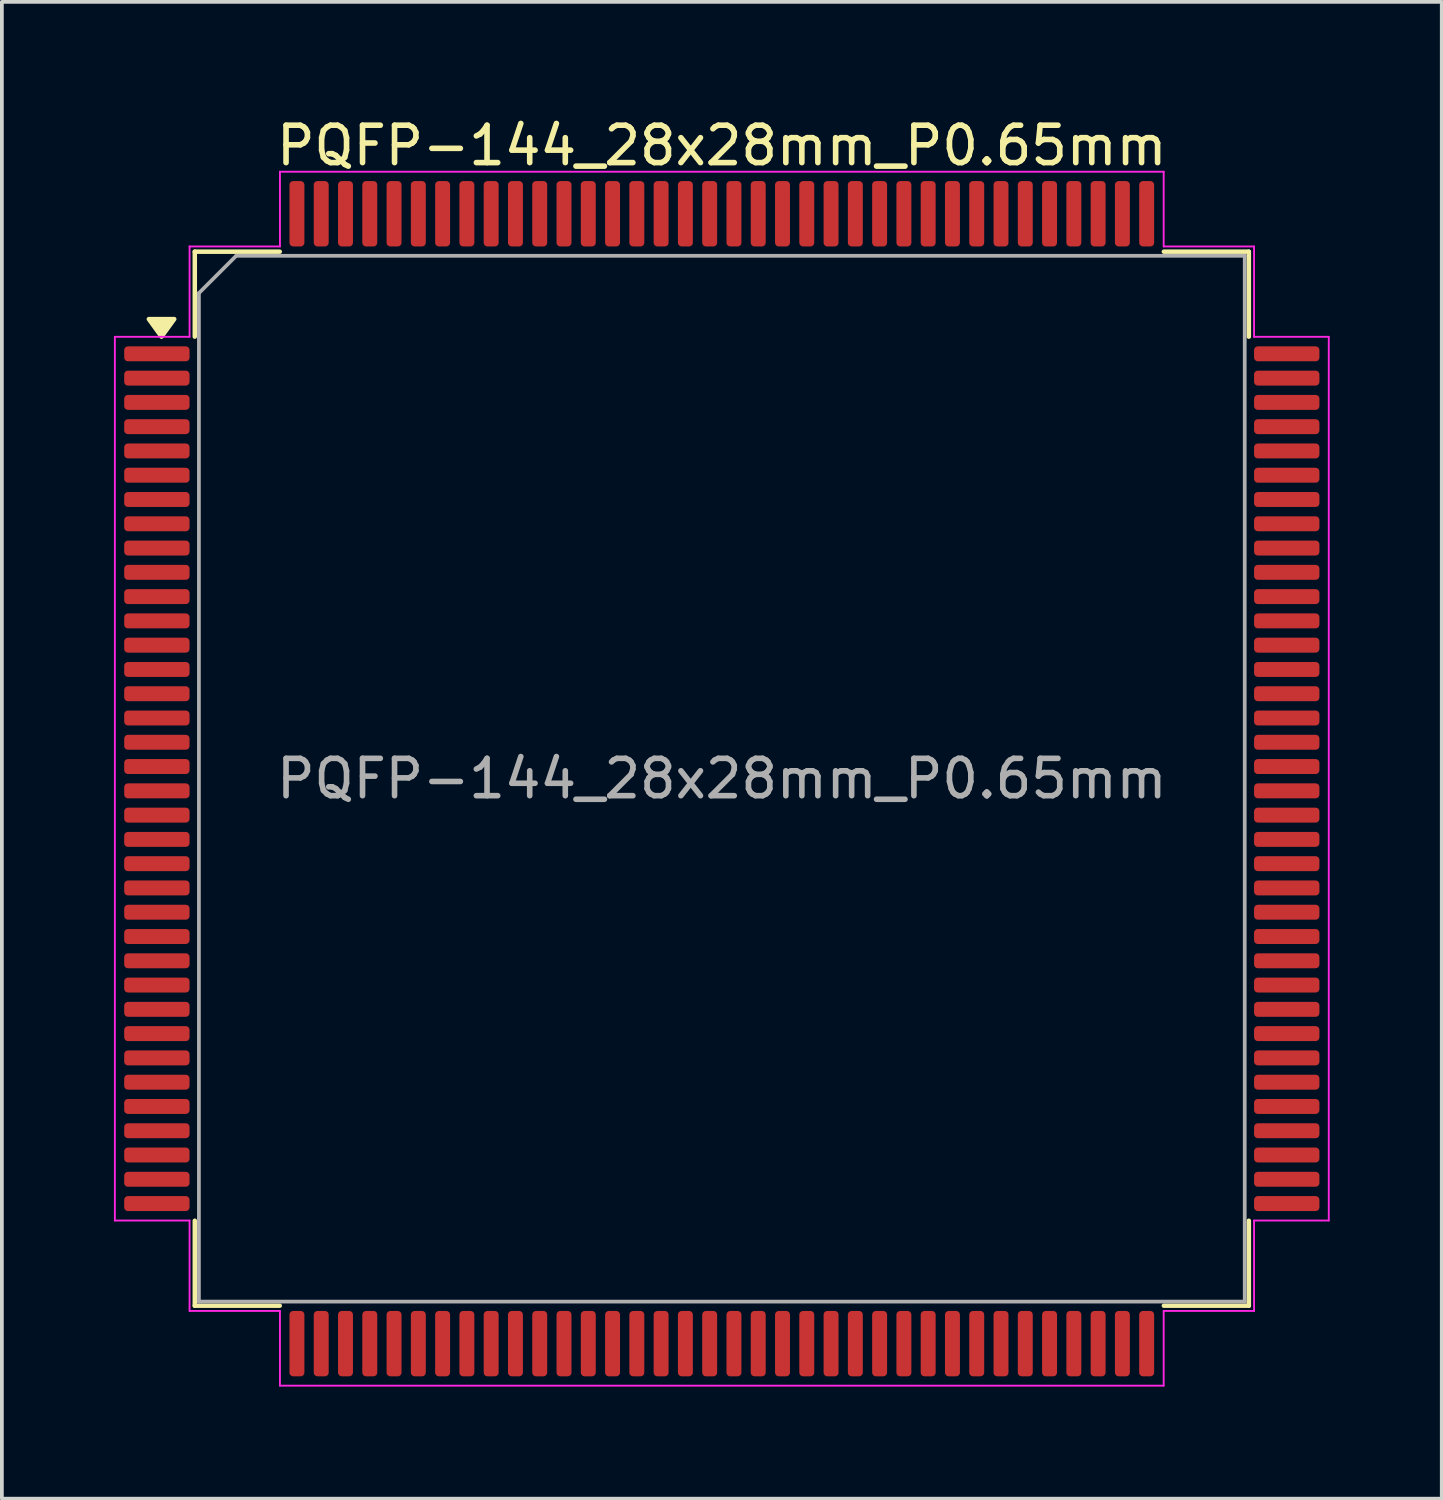
<source format=kicad_pcb>
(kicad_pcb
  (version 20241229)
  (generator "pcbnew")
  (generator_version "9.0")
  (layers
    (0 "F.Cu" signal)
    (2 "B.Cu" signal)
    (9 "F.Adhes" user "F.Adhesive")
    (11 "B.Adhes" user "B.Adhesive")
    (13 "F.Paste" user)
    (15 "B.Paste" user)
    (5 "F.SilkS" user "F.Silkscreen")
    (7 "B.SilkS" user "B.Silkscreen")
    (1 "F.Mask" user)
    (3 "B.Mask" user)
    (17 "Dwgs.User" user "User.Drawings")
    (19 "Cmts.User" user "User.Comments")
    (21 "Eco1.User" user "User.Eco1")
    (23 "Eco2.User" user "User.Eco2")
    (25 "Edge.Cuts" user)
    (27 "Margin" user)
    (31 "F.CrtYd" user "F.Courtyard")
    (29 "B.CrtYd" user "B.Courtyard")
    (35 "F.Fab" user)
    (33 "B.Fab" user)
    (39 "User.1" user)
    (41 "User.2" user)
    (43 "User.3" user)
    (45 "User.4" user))
  (footprint "PQFP-144_28x28mm_P0.65mm"
    (layer "F.Cu")
    (at 16.275 17.798)
    (property "Reference" "PQFP-144_28x28mm_P0.65mm" (at 0 -16.95 0) (layer "F.SilkS") (effects (font (size 1 1) (thickness 0.15))))
    (attr smd)
    (fp_line (start -14.11 -14.11) (end -14.11 -11.835) (stroke (width 0.12) (type solid)) (layer "F.SilkS"))
    (fp_line (start -14.11 14.11) (end -14.11 11.835) (stroke (width 0.12) (type solid)) (layer "F.SilkS"))
    (fp_line (start -11.835 -14.11) (end -14.11 -14.11) (stroke (width 0.12) (type solid)) (layer "F.SilkS"))
    (fp_line (start -11.835 14.11) (end -14.11 14.11) (stroke (width 0.12) (type solid)) (layer "F.SilkS"))
    (fp_line (start 11.835 -14.11) (end 14.11 -14.11) (stroke (width 0.12) (type solid)) (layer "F.SilkS"))
    (fp_line (start 11.835 14.11) (end 14.11 14.11) (stroke (width 0.12) (type solid)) (layer "F.SilkS"))
    (fp_line (start 14.11 -14.11) (end 14.11 -11.835) (stroke (width 0.12) (type solid)) (layer "F.SilkS"))
    (fp_line (start 14.11 14.11) (end 14.11 11.835) (stroke (width 0.12) (type solid)) (layer "F.SilkS"))
    (fp_poly (pts (xy -15 -11.835) (xy -15.34 -12.305) (xy -14.66 -12.305)) (stroke (width 0.12) (type solid)) (fill yes) (layer "F.SilkS"))
    (fp_line (start -16.25 -11.83) (end -14.25 -11.83) (stroke (width 0.05) (type solid)) (layer "F.CrtYd"))
    (fp_line (start -16.25 11.83) (end -16.25 -11.83) (stroke (width 0.05) (type solid)) (layer "F.CrtYd"))
    (fp_line (start -14.25 -14.25) (end -11.83 -14.25) (stroke (width 0.05) (type solid)) (layer "F.CrtYd"))
    (fp_line (start -14.25 -11.83) (end -14.25 -14.25) (stroke (width 0.05) (type solid)) (layer "F.CrtYd"))
    (fp_line (start -14.25 11.83) (end -16.25 11.83) (stroke (width 0.05) (type solid)) (layer "F.CrtYd"))
    (fp_line (start -14.25 14.25) (end -14.25 11.83) (stroke (width 0.05) (type solid)) (layer "F.CrtYd"))
    (fp_line (start -11.83 -16.25) (end 11.83 -16.25) (stroke (width 0.05) (type solid)) (layer "F.CrtYd"))
    (fp_line (start -11.83 -14.25) (end -11.83 -16.25) (stroke (width 0.05) (type solid)) (layer "F.CrtYd"))
    (fp_line (start -11.83 14.25) (end -14.25 14.25) (stroke (width 0.05) (type solid)) (layer "F.CrtYd"))
    (fp_line (start -11.83 16.25) (end -11.83 14.25) (stroke (width 0.05) (type solid)) (layer "F.CrtYd"))
    (fp_line (start 11.83 -16.25) (end 11.83 -14.25) (stroke (width 0.05) (type solid)) (layer "F.CrtYd"))
    (fp_line (start 11.83 -14.25) (end 14.25 -14.25) (stroke (width 0.05) (type solid)) (layer "F.CrtYd"))
    (fp_line (start 11.83 14.25) (end 11.83 16.25) (stroke (width 0.05) (type solid)) (layer "F.CrtYd"))
    (fp_line (start 11.83 16.25) (end -11.83 16.25) (stroke (width 0.05) (type solid)) (layer "F.CrtYd"))
    (fp_line (start 14.25 -14.25) (end 14.25 -11.83) (stroke (width 0.05) (type solid)) (layer "F.CrtYd"))
    (fp_line (start 14.25 -11.83) (end 16.25 -11.83) (stroke (width 0.05) (type solid)) (layer "F.CrtYd"))
    (fp_line (start 14.25 11.83) (end 14.25 14.25) (stroke (width 0.05) (type solid)) (layer "F.CrtYd"))
    (fp_line (start 14.25 14.25) (end 11.83 14.25) (stroke (width 0.05) (type solid)) (layer "F.CrtYd"))
    (fp_line (start 16.25 -11.83) (end 16.25 11.83) (stroke (width 0.05) (type solid)) (layer "F.CrtYd"))
    (fp_line (start 16.25 11.83) (end 14.25 11.83) (stroke (width 0.05) (type solid)) (layer "F.CrtYd"))
    (fp_line (start -14 -13) (end -13 -14) (stroke (width 0.1) (type solid)) (layer "F.Fab"))
    (fp_line (start -14 14) (end -14 -13) (stroke (width 0.1) (type solid)) (layer "F.Fab"))
    (fp_line (start -13 -14) (end 14 -14) (stroke (width 0.1) (type solid)) (layer "F.Fab"))
    (fp_line (start 14 -14) (end 14 14) (stroke (width 0.1) (type solid)) (layer "F.Fab"))
    (fp_line (start 14 14) (end -14 14) (stroke (width 0.1) (type solid)) (layer "F.Fab"))
    (fp_text user "${REFERENCE}" (at 0 0 0) (layer "F.Fab") (effects (font (size 1 1) (thickness 0.15))))
    (pad "1" smd roundrect (at -15.125 -11.375) (size 1.75 0.4) (layers "F.Cu" "F.Mask" "F.Paste") (roundrect_rratio 0.25))
    (pad "2" smd roundrect (at -15.125 -10.725) (size 1.75 0.4) (layers "F.Cu" "F.Mask" "F.Paste") (roundrect_rratio 0.25))
    (pad "3" smd roundrect (at -15.125 -10.075) (size 1.75 0.4) (layers "F.Cu" "F.Mask" "F.Paste") (roundrect_rratio 0.25))
    (pad "4" smd roundrect (at -15.125 -9.425) (size 1.75 0.4) (layers "F.Cu" "F.Mask" "F.Paste") (roundrect_rratio 0.25))
    (pad "5" smd roundrect (at -15.125 -8.775) (size 1.75 0.4) (layers "F.Cu" "F.Mask" "F.Paste") (roundrect_rratio 0.25))
    (pad "6" smd roundrect (at -15.125 -8.125) (size 1.75 0.4) (layers "F.Cu" "F.Mask" "F.Paste") (roundrect_rratio 0.25))
    (pad "7" smd roundrect (at -15.125 -7.475) (size 1.75 0.4) (layers "F.Cu" "F.Mask" "F.Paste") (roundrect_rratio 0.25))
    (pad "8" smd roundrect (at -15.125 -6.825) (size 1.75 0.4) (layers "F.Cu" "F.Mask" "F.Paste") (roundrect_rratio 0.25))
    (pad "9" smd roundrect (at -15.125 -6.175) (size 1.75 0.4) (layers "F.Cu" "F.Mask" "F.Paste") (roundrect_rratio 0.25))
    (pad "10" smd roundrect (at -15.125 -5.525) (size 1.75 0.4) (layers "F.Cu" "F.Mask" "F.Paste") (roundrect_rratio 0.25))
    (pad "11" smd roundrect (at -15.125 -4.875) (size 1.75 0.4) (layers "F.Cu" "F.Mask" "F.Paste") (roundrect_rratio 0.25))
    (pad "12" smd roundrect (at -15.125 -4.225) (size 1.75 0.4) (layers "F.Cu" "F.Mask" "F.Paste") (roundrect_rratio 0.25))
    (pad "13" smd roundrect (at -15.125 -3.575) (size 1.75 0.4) (layers "F.Cu" "F.Mask" "F.Paste") (roundrect_rratio 0.25))
    (pad "14" smd roundrect (at -15.125 -2.925) (size 1.75 0.4) (layers "F.Cu" "F.Mask" "F.Paste") (roundrect_rratio 0.25))
    (pad "15" smd roundrect (at -15.125 -2.275) (size 1.75 0.4) (layers "F.Cu" "F.Mask" "F.Paste") (roundrect_rratio 0.25))
    (pad "16" smd roundrect (at -15.125 -1.625) (size 1.75 0.4) (layers "F.Cu" "F.Mask" "F.Paste") (roundrect_rratio 0.25))
    (pad "17" smd roundrect (at -15.125 -0.975) (size 1.75 0.4) (layers "F.Cu" "F.Mask" "F.Paste") (roundrect_rratio 0.25))
    (pad "18" smd roundrect (at -15.125 -0.325) (size 1.75 0.4) (layers "F.Cu" "F.Mask" "F.Paste") (roundrect_rratio 0.25))
    (pad "19" smd roundrect (at -15.125 0.325) (size 1.75 0.4) (layers "F.Cu" "F.Mask" "F.Paste") (roundrect_rratio 0.25))
    (pad "20" smd roundrect (at -15.125 0.975) (size 1.75 0.4) (layers "F.Cu" "F.Mask" "F.Paste") (roundrect_rratio 0.25))
    (pad "21" smd roundrect (at -15.125 1.625) (size 1.75 0.4) (layers "F.Cu" "F.Mask" "F.Paste") (roundrect_rratio 0.25))
    (pad "22" smd roundrect (at -15.125 2.275) (size 1.75 0.4) (layers "F.Cu" "F.Mask" "F.Paste") (roundrect_rratio 0.25))
    (pad "23" smd roundrect (at -15.125 2.925) (size 1.75 0.4) (layers "F.Cu" "F.Mask" "F.Paste") (roundrect_rratio 0.25))
    (pad "24" smd roundrect (at -15.125 3.575) (size 1.75 0.4) (layers "F.Cu" "F.Mask" "F.Paste") (roundrect_rratio 0.25))
    (pad "25" smd roundrect (at -15.125 4.225) (size 1.75 0.4) (layers "F.Cu" "F.Mask" "F.Paste") (roundrect_rratio 0.25))
    (pad "26" smd roundrect (at -15.125 4.875) (size 1.75 0.4) (layers "F.Cu" "F.Mask" "F.Paste") (roundrect_rratio 0.25))
    (pad "27" smd roundrect (at -15.125 5.525) (size 1.75 0.4) (layers "F.Cu" "F.Mask" "F.Paste") (roundrect_rratio 0.25))
    (pad "28" smd roundrect (at -15.125 6.175) (size 1.75 0.4) (layers "F.Cu" "F.Mask" "F.Paste") (roundrect_rratio 0.25))
    (pad "29" smd roundrect (at -15.125 6.825) (size 1.75 0.4) (layers "F.Cu" "F.Mask" "F.Paste") (roundrect_rratio 0.25))
    (pad "30" smd roundrect (at -15.125 7.475) (size 1.75 0.4) (layers "F.Cu" "F.Mask" "F.Paste") (roundrect_rratio 0.25))
    (pad "31" smd roundrect (at -15.125 8.125) (size 1.75 0.4) (layers "F.Cu" "F.Mask" "F.Paste") (roundrect_rratio 0.25))
    (pad "32" smd roundrect (at -15.125 8.775) (size 1.75 0.4) (layers "F.Cu" "F.Mask" "F.Paste") (roundrect_rratio 0.25))
    (pad "33" smd roundrect (at -15.125 9.425) (size 1.75 0.4) (layers "F.Cu" "F.Mask" "F.Paste") (roundrect_rratio 0.25))
    (pad "34" smd roundrect (at -15.125 10.075) (size 1.75 0.4) (layers "F.Cu" "F.Mask" "F.Paste") (roundrect_rratio 0.25))
    (pad "35" smd roundrect (at -15.125 10.725) (size 1.75 0.4) (layers "F.Cu" "F.Mask" "F.Paste") (roundrect_rratio 0.25))
    (pad "36" smd roundrect (at -15.125 11.375) (size 1.75 0.4) (layers "F.Cu" "F.Mask" "F.Paste") (roundrect_rratio 0.25))
    (pad "37" smd roundrect (at -11.375 15.125) (size 0.4 1.75) (layers "F.Cu" "F.Mask" "F.Paste") (roundrect_rratio 0.25))
    (pad "38" smd roundrect (at -10.725 15.125) (size 0.4 1.75) (layers "F.Cu" "F.Mask" "F.Paste") (roundrect_rratio 0.25))
    (pad "39" smd roundrect (at -10.075 15.125) (size 0.4 1.75) (layers "F.Cu" "F.Mask" "F.Paste") (roundrect_rratio 0.25))
    (pad "40" smd roundrect (at -9.425 15.125) (size 0.4 1.75) (layers "F.Cu" "F.Mask" "F.Paste") (roundrect_rratio 0.25))
    (pad "41" smd roundrect (at -8.775 15.125) (size 0.4 1.75) (layers "F.Cu" "F.Mask" "F.Paste") (roundrect_rratio 0.25))
    (pad "42" smd roundrect (at -8.125 15.125) (size 0.4 1.75) (layers "F.Cu" "F.Mask" "F.Paste") (roundrect_rratio 0.25))
    (pad "43" smd roundrect (at -7.475 15.125) (size 0.4 1.75) (layers "F.Cu" "F.Mask" "F.Paste") (roundrect_rratio 0.25))
    (pad "44" smd roundrect (at -6.825 15.125) (size 0.4 1.75) (layers "F.Cu" "F.Mask" "F.Paste") (roundrect_rratio 0.25))
    (pad "45" smd roundrect (at -6.175 15.125) (size 0.4 1.75) (layers "F.Cu" "F.Mask" "F.Paste") (roundrect_rratio 0.25))
    (pad "46" smd roundrect (at -5.525 15.125) (size 0.4 1.75) (layers "F.Cu" "F.Mask" "F.Paste") (roundrect_rratio 0.25))
    (pad "47" smd roundrect (at -4.875 15.125) (size 0.4 1.75) (layers "F.Cu" "F.Mask" "F.Paste") (roundrect_rratio 0.25))
    (pad "48" smd roundrect (at -4.225 15.125) (size 0.4 1.75) (layers "F.Cu" "F.Mask" "F.Paste") (roundrect_rratio 0.25))
    (pad "49" smd roundrect (at -3.575 15.125) (size 0.4 1.75) (layers "F.Cu" "F.Mask" "F.Paste") (roundrect_rratio 0.25))
    (pad "50" smd roundrect (at -2.925 15.125) (size 0.4 1.75) (layers "F.Cu" "F.Mask" "F.Paste") (roundrect_rratio 0.25))
    (pad "51" smd roundrect (at -2.275 15.125) (size 0.4 1.75) (layers "F.Cu" "F.Mask" "F.Paste") (roundrect_rratio 0.25))
    (pad "52" smd roundrect (at -1.625 15.125) (size 0.4 1.75) (layers "F.Cu" "F.Mask" "F.Paste") (roundrect_rratio 0.25))
    (pad "53" smd roundrect (at -0.975 15.125) (size 0.4 1.75) (layers "F.Cu" "F.Mask" "F.Paste") (roundrect_rratio 0.25))
    (pad "54" smd roundrect (at -0.325 15.125) (size 0.4 1.75) (layers "F.Cu" "F.Mask" "F.Paste") (roundrect_rratio 0.25))
    (pad "55" smd roundrect (at 0.325 15.125) (size 0.4 1.75) (layers "F.Cu" "F.Mask" "F.Paste") (roundrect_rratio 0.25))
    (pad "56" smd roundrect (at 0.975 15.125) (size 0.4 1.75) (layers "F.Cu" "F.Mask" "F.Paste") (roundrect_rratio 0.25))
    (pad "57" smd roundrect (at 1.625 15.125) (size 0.4 1.75) (layers "F.Cu" "F.Mask" "F.Paste") (roundrect_rratio 0.25))
    (pad "58" smd roundrect (at 2.275 15.125) (size 0.4 1.75) (layers "F.Cu" "F.Mask" "F.Paste") (roundrect_rratio 0.25))
    (pad "59" smd roundrect (at 2.925 15.125) (size 0.4 1.75) (layers "F.Cu" "F.Mask" "F.Paste") (roundrect_rratio 0.25))
    (pad "60" smd roundrect (at 3.575 15.125) (size 0.4 1.75) (layers "F.Cu" "F.Mask" "F.Paste") (roundrect_rratio 0.25))
    (pad "61" smd roundrect (at 4.225 15.125) (size 0.4 1.75) (layers "F.Cu" "F.Mask" "F.Paste") (roundrect_rratio 0.25))
    (pad "62" smd roundrect (at 4.875 15.125) (size 0.4 1.75) (layers "F.Cu" "F.Mask" "F.Paste") (roundrect_rratio 0.25))
    (pad "63" smd roundrect (at 5.525 15.125) (size 0.4 1.75) (layers "F.Cu" "F.Mask" "F.Paste") (roundrect_rratio 0.25))
    (pad "64" smd roundrect (at 6.175 15.125) (size 0.4 1.75) (layers "F.Cu" "F.Mask" "F.Paste") (roundrect_rratio 0.25))
    (pad "65" smd roundrect (at 6.825 15.125) (size 0.4 1.75) (layers "F.Cu" "F.Mask" "F.Paste") (roundrect_rratio 0.25))
    (pad "66" smd roundrect (at 7.475 15.125) (size 0.4 1.75) (layers "F.Cu" "F.Mask" "F.Paste") (roundrect_rratio 0.25))
    (pad "67" smd roundrect (at 8.125 15.125) (size 0.4 1.75) (layers "F.Cu" "F.Mask" "F.Paste") (roundrect_rratio 0.25))
    (pad "68" smd roundrect (at 8.775 15.125) (size 0.4 1.75) (layers "F.Cu" "F.Mask" "F.Paste") (roundrect_rratio 0.25))
    (pad "69" smd roundrect (at 9.425 15.125) (size 0.4 1.75) (layers "F.Cu" "F.Mask" "F.Paste") (roundrect_rratio 0.25))
    (pad "70" smd roundrect (at 10.075 15.125) (size 0.4 1.75) (layers "F.Cu" "F.Mask" "F.Paste") (roundrect_rratio 0.25))
    (pad "71" smd roundrect (at 10.725 15.125) (size 0.4 1.75) (layers "F.Cu" "F.Mask" "F.Paste") (roundrect_rratio 0.25))
    (pad "72" smd roundrect (at 11.375 15.125) (size 0.4 1.75) (layers "F.Cu" "F.Mask" "F.Paste") (roundrect_rratio 0.25))
    (pad "73" smd roundrect (at 15.125 11.375) (size 1.75 0.4) (layers "F.Cu" "F.Mask" "F.Paste") (roundrect_rratio 0.25))
    (pad "74" smd roundrect (at 15.125 10.725) (size 1.75 0.4) (layers "F.Cu" "F.Mask" "F.Paste") (roundrect_rratio 0.25))
    (pad "75" smd roundrect (at 15.125 10.075) (size 1.75 0.4) (layers "F.Cu" "F.Mask" "F.Paste") (roundrect_rratio 0.25))
    (pad "76" smd roundrect (at 15.125 9.425) (size 1.75 0.4) (layers "F.Cu" "F.Mask" "F.Paste") (roundrect_rratio 0.25))
    (pad "77" smd roundrect (at 15.125 8.775) (size 1.75 0.4) (layers "F.Cu" "F.Mask" "F.Paste") (roundrect_rratio 0.25))
    (pad "78" smd roundrect (at 15.125 8.125) (size 1.75 0.4) (layers "F.Cu" "F.Mask" "F.Paste") (roundrect_rratio 0.25))
    (pad "79" smd roundrect (at 15.125 7.475) (size 1.75 0.4) (layers "F.Cu" "F.Mask" "F.Paste") (roundrect_rratio 0.25))
    (pad "80" smd roundrect (at 15.125 6.825) (size 1.75 0.4) (layers "F.Cu" "F.Mask" "F.Paste") (roundrect_rratio 0.25))
    (pad "81" smd roundrect (at 15.125 6.175) (size 1.75 0.4) (layers "F.Cu" "F.Mask" "F.Paste") (roundrect_rratio 0.25))
    (pad "82" smd roundrect (at 15.125 5.525) (size 1.75 0.4) (layers "F.Cu" "F.Mask" "F.Paste") (roundrect_rratio 0.25))
    (pad "83" smd roundrect (at 15.125 4.875) (size 1.75 0.4) (layers "F.Cu" "F.Mask" "F.Paste") (roundrect_rratio 0.25))
    (pad "84" smd roundrect (at 15.125 4.225) (size 1.75 0.4) (layers "F.Cu" "F.Mask" "F.Paste") (roundrect_rratio 0.25))
    (pad "85" smd roundrect (at 15.125 3.575) (size 1.75 0.4) (layers "F.Cu" "F.Mask" "F.Paste") (roundrect_rratio 0.25))
    (pad "86" smd roundrect (at 15.125 2.925) (size 1.75 0.4) (layers "F.Cu" "F.Mask" "F.Paste") (roundrect_rratio 0.25))
    (pad "87" smd roundrect (at 15.125 2.275) (size 1.75 0.4) (layers "F.Cu" "F.Mask" "F.Paste") (roundrect_rratio 0.25))
    (pad "88" smd roundrect (at 15.125 1.625) (size 1.75 0.4) (layers "F.Cu" "F.Mask" "F.Paste") (roundrect_rratio 0.25))
    (pad "89" smd roundrect (at 15.125 0.975) (size 1.75 0.4) (layers "F.Cu" "F.Mask" "F.Paste") (roundrect_rratio 0.25))
    (pad "90" smd roundrect (at 15.125 0.325) (size 1.75 0.4) (layers "F.Cu" "F.Mask" "F.Paste") (roundrect_rratio 0.25))
    (pad "91" smd roundrect (at 15.125 -0.325) (size 1.75 0.4) (layers "F.Cu" "F.Mask" "F.Paste") (roundrect_rratio 0.25))
    (pad "92" smd roundrect (at 15.125 -0.975) (size 1.75 0.4) (layers "F.Cu" "F.Mask" "F.Paste") (roundrect_rratio 0.25))
    (pad "93" smd roundrect (at 15.125 -1.625) (size 1.75 0.4) (layers "F.Cu" "F.Mask" "F.Paste") (roundrect_rratio 0.25))
    (pad "94" smd roundrect (at 15.125 -2.275) (size 1.75 0.4) (layers "F.Cu" "F.Mask" "F.Paste") (roundrect_rratio 0.25))
    (pad "95" smd roundrect (at 15.125 -2.925) (size 1.75 0.4) (layers "F.Cu" "F.Mask" "F.Paste") (roundrect_rratio 0.25))
    (pad "96" smd roundrect (at 15.125 -3.575) (size 1.75 0.4) (layers "F.Cu" "F.Mask" "F.Paste") (roundrect_rratio 0.25))
    (pad "97" smd roundrect (at 15.125 -4.225) (size 1.75 0.4) (layers "F.Cu" "F.Mask" "F.Paste") (roundrect_rratio 0.25))
    (pad "98" smd roundrect (at 15.125 -4.875) (size 1.75 0.4) (layers "F.Cu" "F.Mask" "F.Paste") (roundrect_rratio 0.25))
    (pad "99" smd roundrect (at 15.125 -5.525) (size 1.75 0.4) (layers "F.Cu" "F.Mask" "F.Paste") (roundrect_rratio 0.25))
    (pad "100" smd roundrect (at 15.125 -6.175) (size 1.75 0.4) (layers "F.Cu" "F.Mask" "F.Paste") (roundrect_rratio 0.25))
    (pad "101" smd roundrect (at 15.125 -6.825) (size 1.75 0.4) (layers "F.Cu" "F.Mask" "F.Paste") (roundrect_rratio 0.25))
    (pad "102" smd roundrect (at 15.125 -7.475) (size 1.75 0.4) (layers "F.Cu" "F.Mask" "F.Paste") (roundrect_rratio 0.25))
    (pad "103" smd roundrect (at 15.125 -8.125) (size 1.75 0.4) (layers "F.Cu" "F.Mask" "F.Paste") (roundrect_rratio 0.25))
    (pad "104" smd roundrect (at 15.125 -8.775) (size 1.75 0.4) (layers "F.Cu" "F.Mask" "F.Paste") (roundrect_rratio 0.25))
    (pad "105" smd roundrect (at 15.125 -9.425) (size 1.75 0.4) (layers "F.Cu" "F.Mask" "F.Paste") (roundrect_rratio 0.25))
    (pad "106" smd roundrect (at 15.125 -10.075) (size 1.75 0.4) (layers "F.Cu" "F.Mask" "F.Paste") (roundrect_rratio 0.25))
    (pad "107" smd roundrect (at 15.125 -10.725) (size 1.75 0.4) (layers "F.Cu" "F.Mask" "F.Paste") (roundrect_rratio 0.25))
    (pad "108" smd roundrect (at 15.125 -11.375) (size 1.75 0.4) (layers "F.Cu" "F.Mask" "F.Paste") (roundrect_rratio 0.25))
    (pad "109" smd roundrect (at 11.375 -15.125) (size 0.4 1.75) (layers "F.Cu" "F.Mask" "F.Paste") (roundrect_rratio 0.25))
    (pad "110" smd roundrect (at 10.725 -15.125) (size 0.4 1.75) (layers "F.Cu" "F.Mask" "F.Paste") (roundrect_rratio 0.25))
    (pad "111" smd roundrect (at 10.075 -15.125) (size 0.4 1.75) (layers "F.Cu" "F.Mask" "F.Paste") (roundrect_rratio 0.25))
    (pad "112" smd roundrect (at 9.425 -15.125) (size 0.4 1.75) (layers "F.Cu" "F.Mask" "F.Paste") (roundrect_rratio 0.25))
    (pad "113" smd roundrect (at 8.775 -15.125) (size 0.4 1.75) (layers "F.Cu" "F.Mask" "F.Paste") (roundrect_rratio 0.25))
    (pad "114" smd roundrect (at 8.125 -15.125) (size 0.4 1.75) (layers "F.Cu" "F.Mask" "F.Paste") (roundrect_rratio 0.25))
    (pad "115" smd roundrect (at 7.475 -15.125) (size 0.4 1.75) (layers "F.Cu" "F.Mask" "F.Paste") (roundrect_rratio 0.25))
    (pad "116" smd roundrect (at 6.825 -15.125) (size 0.4 1.75) (layers "F.Cu" "F.Mask" "F.Paste") (roundrect_rratio 0.25))
    (pad "117" smd roundrect (at 6.175 -15.125) (size 0.4 1.75) (layers "F.Cu" "F.Mask" "F.Paste") (roundrect_rratio 0.25))
    (pad "118" smd roundrect (at 5.525 -15.125) (size 0.4 1.75) (layers "F.Cu" "F.Mask" "F.Paste") (roundrect_rratio 0.25))
    (pad "119" smd roundrect (at 4.875 -15.125) (size 0.4 1.75) (layers "F.Cu" "F.Mask" "F.Paste") (roundrect_rratio 0.25))
    (pad "120" smd roundrect (at 4.225 -15.125) (size 0.4 1.75) (layers "F.Cu" "F.Mask" "F.Paste") (roundrect_rratio 0.25))
    (pad "121" smd roundrect (at 3.575 -15.125) (size 0.4 1.75) (layers "F.Cu" "F.Mask" "F.Paste") (roundrect_rratio 0.25))
    (pad "122" smd roundrect (at 2.925 -15.125) (size 0.4 1.75) (layers "F.Cu" "F.Mask" "F.Paste") (roundrect_rratio 0.25))
    (pad "123" smd roundrect (at 2.275 -15.125) (size 0.4 1.75) (layers "F.Cu" "F.Mask" "F.Paste") (roundrect_rratio 0.25))
    (pad "124" smd roundrect (at 1.625 -15.125) (size 0.4 1.75) (layers "F.Cu" "F.Mask" "F.Paste") (roundrect_rratio 0.25))
    (pad "125" smd roundrect (at 0.975 -15.125) (size 0.4 1.75) (layers "F.Cu" "F.Mask" "F.Paste") (roundrect_rratio 0.25))
    (pad "126" smd roundrect (at 0.325 -15.125) (size 0.4 1.75) (layers "F.Cu" "F.Mask" "F.Paste") (roundrect_rratio 0.25))
    (pad "127" smd roundrect (at -0.325 -15.125) (size 0.4 1.75) (layers "F.Cu" "F.Mask" "F.Paste") (roundrect_rratio 0.25))
    (pad "128" smd roundrect (at -0.975 -15.125) (size 0.4 1.75) (layers "F.Cu" "F.Mask" "F.Paste") (roundrect_rratio 0.25))
    (pad "129" smd roundrect (at -1.625 -15.125) (size 0.4 1.75) (layers "F.Cu" "F.Mask" "F.Paste") (roundrect_rratio 0.25))
    (pad "130" smd roundrect (at -2.275 -15.125) (size 0.4 1.75) (layers "F.Cu" "F.Mask" "F.Paste") (roundrect_rratio 0.25))
    (pad "131" smd roundrect (at -2.925 -15.125) (size 0.4 1.75) (layers "F.Cu" "F.Mask" "F.Paste") (roundrect_rratio 0.25))
    (pad "132" smd roundrect (at -3.575 -15.125) (size 0.4 1.75) (layers "F.Cu" "F.Mask" "F.Paste") (roundrect_rratio 0.25))
    (pad "133" smd roundrect (at -4.225 -15.125) (size 0.4 1.75) (layers "F.Cu" "F.Mask" "F.Paste") (roundrect_rratio 0.25))
    (pad "134" smd roundrect (at -4.875 -15.125) (size 0.4 1.75) (layers "F.Cu" "F.Mask" "F.Paste") (roundrect_rratio 0.25))
    (pad "135" smd roundrect (at -5.525 -15.125) (size 0.4 1.75) (layers "F.Cu" "F.Mask" "F.Paste") (roundrect_rratio 0.25))
    (pad "136" smd roundrect (at -6.175 -15.125) (size 0.4 1.75) (layers "F.Cu" "F.Mask" "F.Paste") (roundrect_rratio 0.25))
    (pad "137" smd roundrect (at -6.825 -15.125) (size 0.4 1.75) (layers "F.Cu" "F.Mask" "F.Paste") (roundrect_rratio 0.25))
    (pad "138" smd roundrect (at -7.475 -15.125) (size 0.4 1.75) (layers "F.Cu" "F.Mask" "F.Paste") (roundrect_rratio 0.25))
    (pad "139" smd roundrect (at -8.125 -15.125) (size 0.4 1.75) (layers "F.Cu" "F.Mask" "F.Paste") (roundrect_rratio 0.25))
    (pad "140" smd roundrect (at -8.775 -15.125) (size 0.4 1.75) (layers "F.Cu" "F.Mask" "F.Paste") (roundrect_rratio 0.25))
    (pad "141" smd roundrect (at -9.425 -15.125) (size 0.4 1.75) (layers "F.Cu" "F.Mask" "F.Paste") (roundrect_rratio 0.25))
    (pad "142" smd roundrect (at -10.075 -15.125) (size 0.4 1.75) (layers "F.Cu" "F.Mask" "F.Paste") (roundrect_rratio 0.25))
    (pad "143" smd roundrect (at -10.725 -15.125) (size 0.4 1.75) (layers "F.Cu" "F.Mask" "F.Paste") (roundrect_rratio 0.25))
    (pad "144" smd roundrect (at -11.375 -15.125) (size 0.4 1.75) (layers "F.Cu" "F.Mask" "F.Paste") (roundrect_rratio 0.25)))
  (gr_rect
    (start -3 -3)
    (end 35.55 37.073)
    (stroke (width 0.1) (type default))
    (fill no)
    (layer "Edge.Cuts")))
</source>
